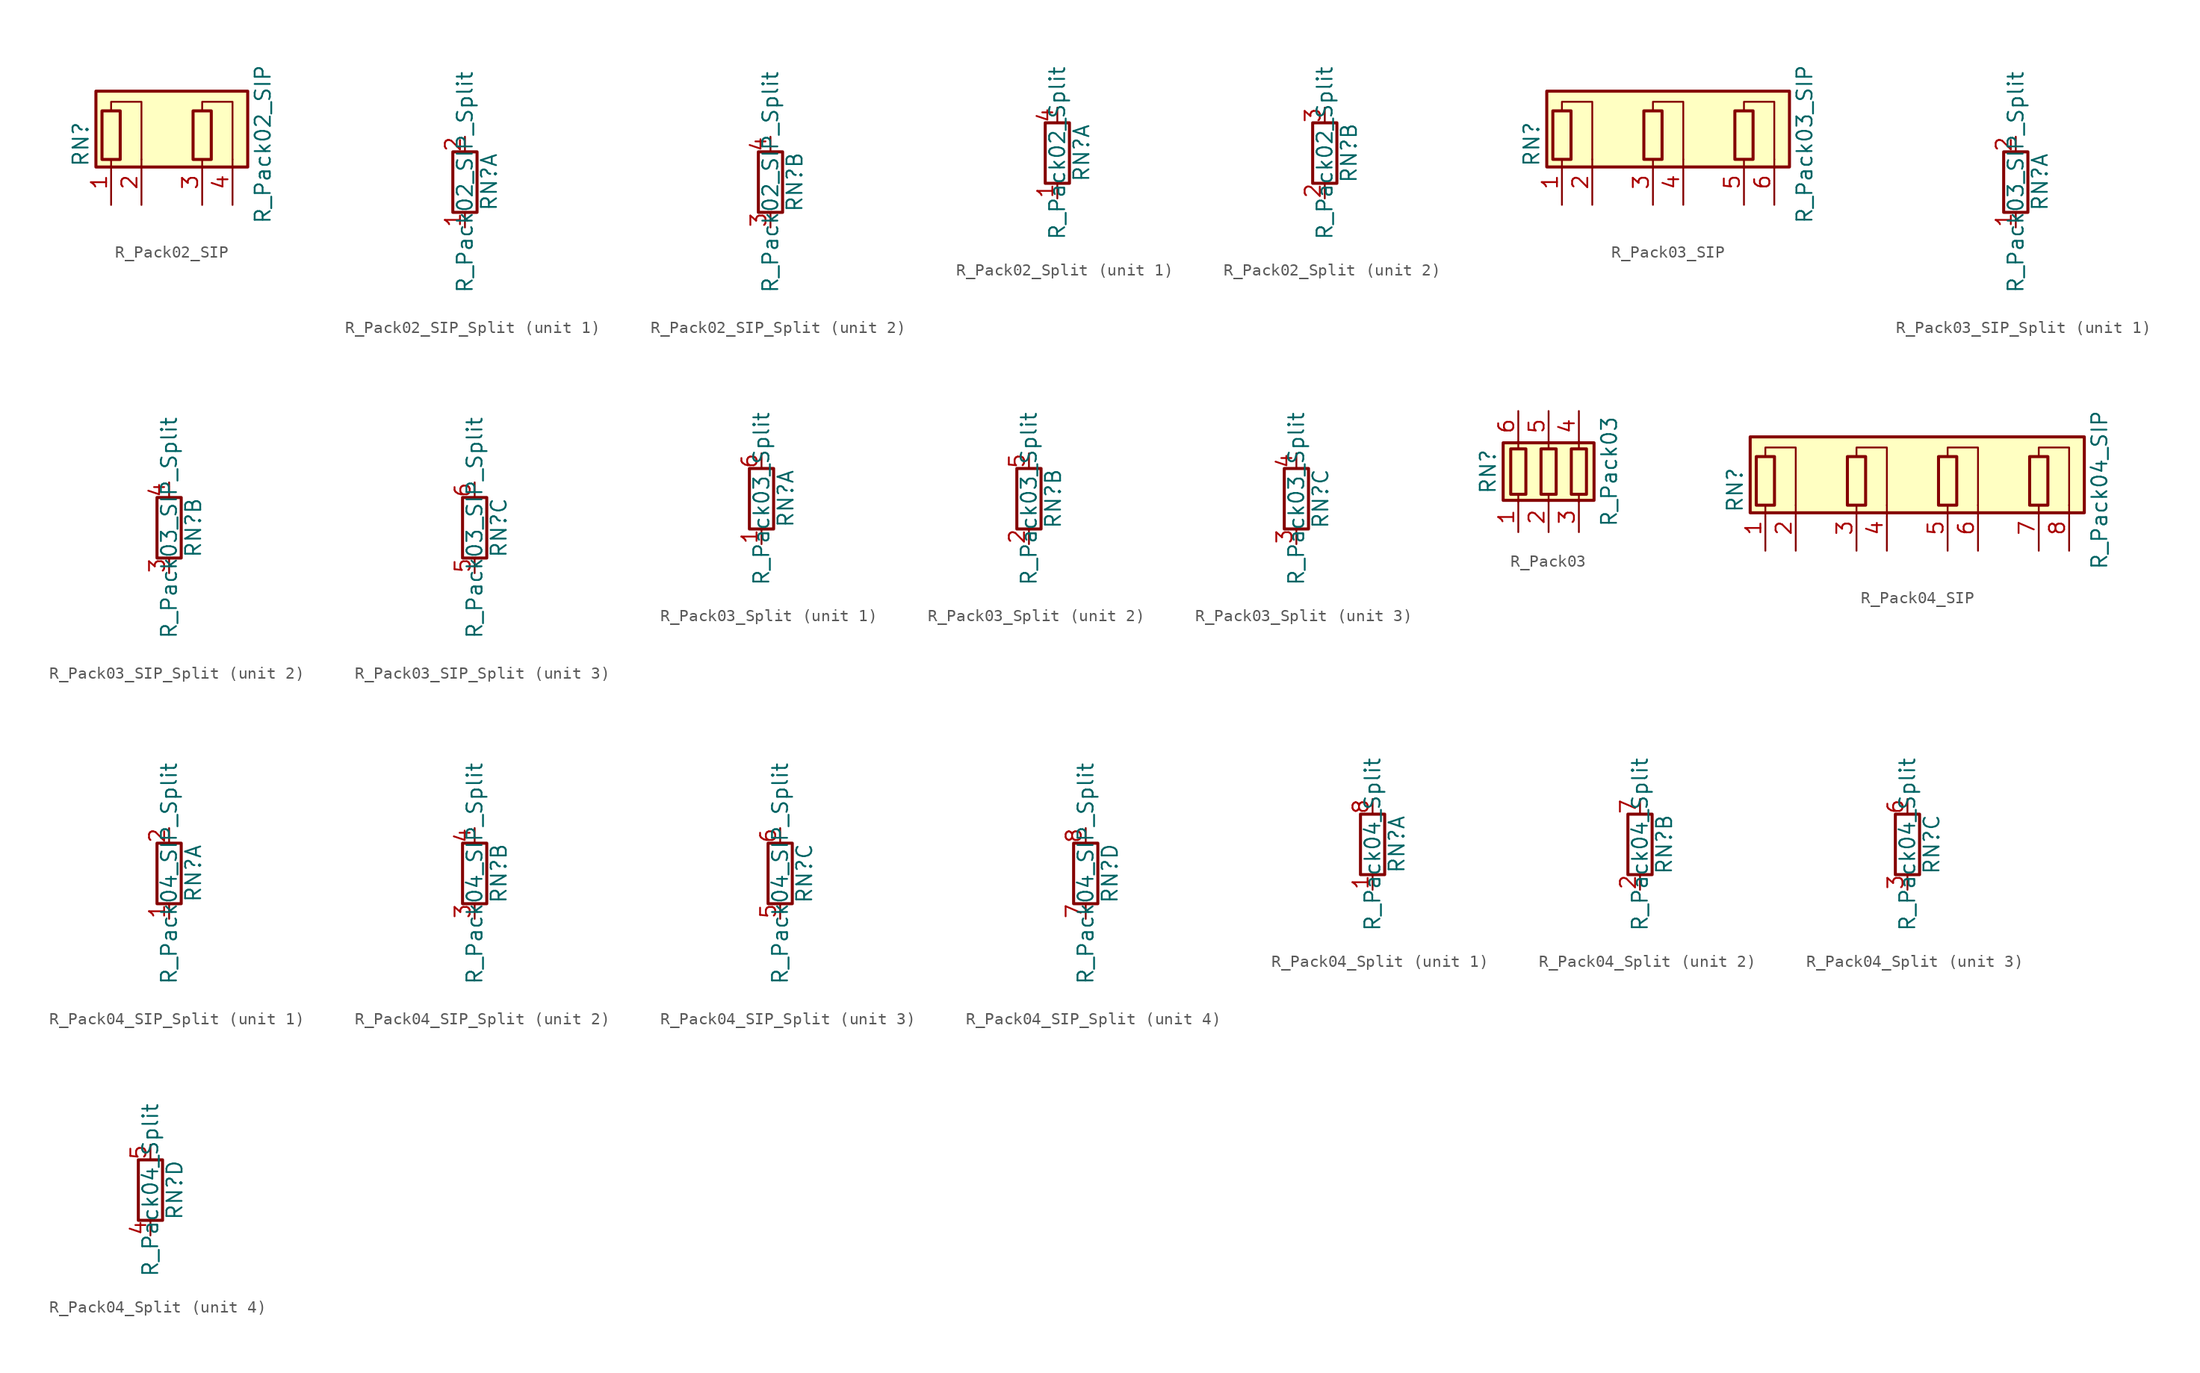
<source format=kicad_sym>
(kicad_symbol_lib
  (version 20241209)
  (generator "kicad_symbol_editor")
  (generator_version "9.0")
  (symbol "R_Pack02_SIP"
    (pin_names
      (offset 0)
      (hide yes))
    (property "Reference" "RN"
      (at -7.62 0 90)
      (effects (font (size 1.27 1.27))))
    (property "Value" "R_Pack02_SIP"
      (at 7.62 0 90)
      (effects (font (size 1.27 1.27))))
    (symbol "R_Pack02_SIP_0_1"
      (rectangle (start -6.35 -1.905) (end 6.35 4.445) (stroke (width 0.254) (type default)) (fill (type background)))
      (rectangle (start -5.842 2.794) (end -4.318 -1.27) (stroke (width 0.254) (type default)) (fill (type none)))
      (polyline (pts (xy -5.08 2.794) (xy -5.08 3.556) (xy -2.54 3.556) (xy -2.54 -1.27)) (stroke (width 0) (type default)) (fill (type none)))
      (rectangle (start 1.778 2.794) (end 3.302 -1.27) (stroke (width 0.254) (type default)) (fill (type none)))
      (polyline (pts (xy 2.54 2.794) (xy 2.54 3.556) (xy 5.08 3.556) (xy 5.08 -1.27)) (stroke (width 0) (type default)) (fill (type none))))
    (symbol "R_Pack02_SIP_1_1"
      (pin passive line (at -5.08 -5.08 90) (length 3.81) (name "R1.1" (effects (font (size 1.27 1.27)))) (number "1" (effects (font (size 1.27 1.27)))))
      (pin passive line (at -2.54 -5.08 90) (length 3.81) (name "R1.2" (effects (font (size 1.27 1.27)))) (number "2" (effects (font (size 1.27 1.27)))))
      (pin passive line (at 2.54 -5.08 90) (length 3.81) (name "R2.1" (effects (font (size 1.27 1.27)))) (number "3" (effects (font (size 1.27 1.27)))))
      (pin passive line (at 5.08 -5.08 90) (length 3.81) (name "R2.2" (effects (font (size 1.27 1.27)))) (number "4" (effects (font (size 1.27 1.27)))))))
  (symbol "R_Pack02_SIP_Split"
    (pin_names
      (offset 0)
      (hide yes))
    (property "Reference" "RN"
      (at 2.032 0 90)
      (effects (font (size 1.27 1.27))))
    (property "Value" "R_Pack02_SIP_Split"
      (at 0 0 90)
      (effects (font (size 1.27 1.27))))
    (symbol "R_Pack02_SIP_Split_0_1"
      (rectangle (start 1.016 2.54) (end -1.016 -2.54) (stroke (width 0.254) (type default)) (fill (type none))))
    (symbol "R_Pack02_SIP_Split_1_1"
      (pin passive line (at 0 3.81 270) (length 1.27) (name "R1.2" (effects (font (size 1.27 1.27)))) (number "2" (effects (font (size 1.27 1.27)))))
      (pin passive line (at 0 -3.81 90) (length 1.27) (name "R1.1" (effects (font (size 1.27 1.27)))) (number "1" (effects (font (size 1.27 1.27))))))
    (symbol "R_Pack02_SIP_Split_2_1"
      (pin passive line (at 0 3.81 270) (length 1.27) (name "R2.2" (effects (font (size 1.27 1.27)))) (number "4" (effects (font (size 1.27 1.27)))))
      (pin passive line (at 0 -3.81 90) (length 1.27) (name "R2.1" (effects (font (size 1.27 1.27)))) (number "3" (effects (font (size 1.27 1.27)))))))
  (symbol "R_Pack02_Split"
    (pin_names
      (offset 0)
      (hide yes))
    (property "Reference" "RN"
      (at 2.032 0 90)
      (effects (font (size 1.27 1.27))))
    (property "Value" "R_Pack02_Split"
      (at 0 0 90)
      (effects (font (size 1.27 1.27))))
    (symbol "R_Pack02_Split_0_1"
      (rectangle (start 1.016 2.54) (end -1.016 -2.54) (stroke (width 0.254) (type default)) (fill (type none))))
    (symbol "R_Pack02_Split_1_1"
      (pin passive line (at 0 3.81 270) (length 1.27) (name "R1.2" (effects (font (size 1.27 1.27)))) (number "4" (effects (font (size 1.27 1.27)))))
      (pin passive line (at 0 -3.81 90) (length 1.27) (name "R1.1" (effects (font (size 1.27 1.27)))) (number "1" (effects (font (size 1.27 1.27))))))
    (symbol "R_Pack02_Split_2_1"
      (pin passive line (at 0 3.81 270) (length 1.27) (name "R2.2" (effects (font (size 1.27 1.27)))) (number "3" (effects (font (size 1.27 1.27)))))
      (pin passive line (at 0 -3.81 90) (length 1.27) (name "R2.1" (effects (font (size 1.27 1.27)))) (number "2" (effects (font (size 1.27 1.27)))))))
  (symbol "R_Pack03_SIP"
    (pin_names
      (offset 0)
      (hide yes))
    (property "Reference" "RN"
      (at -10.16 0 90)
      (effects (font (size 1.27 1.27))))
    (property "Value" "R_Pack03_SIP"
      (at 12.7 0 90)
      (effects (font (size 1.27 1.27))))
    (symbol "R_Pack03_SIP_0_1"
      (rectangle (start -8.89 -1.905) (end 11.43 4.445) (stroke (width 0.254) (type default)) (fill (type background)))
      (rectangle (start -8.382 2.794) (end -6.858 -1.27) (stroke (width 0.254) (type default)) (fill (type none)))
      (polyline (pts (xy -7.62 2.794) (xy -7.62 3.556) (xy -5.08 3.556) (xy -5.08 -1.27)) (stroke (width 0) (type default)) (fill (type none)))
      (rectangle (start -0.762 2.794) (end 0.762 -1.27) (stroke (width 0.254) (type default)) (fill (type none)))
      (polyline (pts (xy 0 2.794) (xy 0 3.556) (xy 2.54 3.556) (xy 2.54 -1.27)) (stroke (width 0) (type default)) (fill (type none)))
      (rectangle (start 6.858 2.794) (end 8.382 -1.27) (stroke (width 0.254) (type default)) (fill (type none)))
      (polyline (pts (xy 7.62 2.794) (xy 7.62 3.556) (xy 10.16 3.556) (xy 10.16 -1.27)) (stroke (width 0) (type default)) (fill (type none))))
    (symbol "R_Pack03_SIP_1_1"
      (pin passive line (at -7.62 -5.08 90) (length 3.81) (name "R1.1" (effects (font (size 1.27 1.27)))) (number "1" (effects (font (size 1.27 1.27)))))
      (pin passive line (at -5.08 -5.08 90) (length 3.81) (name "R1.2" (effects (font (size 1.27 1.27)))) (number "2" (effects (font (size 1.27 1.27)))))
      (pin passive line (at 0 -5.08 90) (length 3.81) (name "R2.1" (effects (font (size 1.27 1.27)))) (number "3" (effects (font (size 1.27 1.27)))))
      (pin passive line (at 2.54 -5.08 90) (length 3.81) (name "R2.2" (effects (font (size 1.27 1.27)))) (number "4" (effects (font (size 1.27 1.27)))))
      (pin passive line (at 7.62 -5.08 90) (length 3.81) (name "R3.1" (effects (font (size 1.27 1.27)))) (number "5" (effects (font (size 1.27 1.27)))))
      (pin passive line (at 10.16 -5.08 90) (length 3.81) (name "R3.2" (effects (font (size 1.27 1.27)))) (number "6" (effects (font (size 1.27 1.27)))))))
  (symbol "R_Pack03_SIP_Split"
    (pin_names
      (offset 0)
      (hide yes))
    (property "Reference" "RN"
      (at 2.032 0 90)
      (effects (font (size 1.27 1.27))))
    (property "Value" "R_Pack03_SIP_Split"
      (at 0 0 90)
      (effects (font (size 1.27 1.27))))
    (symbol "R_Pack03_SIP_Split_0_1"
      (rectangle (start 1.016 2.54) (end -1.016 -2.54) (stroke (width 0.254) (type default)) (fill (type none))))
    (symbol "R_Pack03_SIP_Split_1_1"
      (pin passive line (at 0 3.81 270) (length 1.27) (name "R1.2" (effects (font (size 1.27 1.27)))) (number "2" (effects (font (size 1.27 1.27)))))
      (pin passive line (at 0 -3.81 90) (length 1.27) (name "R1.1" (effects (font (size 1.27 1.27)))) (number "1" (effects (font (size 1.27 1.27))))))
    (symbol "R_Pack03_SIP_Split_2_1"
      (pin passive line (at 0 3.81 270) (length 1.27) (name "R2.2" (effects (font (size 1.27 1.27)))) (number "4" (effects (font (size 1.27 1.27)))))
      (pin passive line (at 0 -3.81 90) (length 1.27) (name "R2.1" (effects (font (size 1.27 1.27)))) (number "3" (effects (font (size 1.27 1.27))))))
    (symbol "R_Pack03_SIP_Split_3_1"
      (pin passive line (at 0 3.81 270) (length 1.27) (name "R3.2" (effects (font (size 1.27 1.27)))) (number "6" (effects (font (size 1.27 1.27)))))
      (pin passive line (at 0 -3.81 90) (length 1.27) (name "R3.1" (effects (font (size 1.27 1.27)))) (number "5" (effects (font (size 1.27 1.27)))))))
  (symbol "R_Pack03_Split"
    (pin_names
      (offset 0)
      (hide yes))
    (property "Reference" "RN"
      (at 2.032 0 90)
      (effects (font (size 1.27 1.27))))
    (property "Value" "R_Pack03_Split"
      (at 0 0 90)
      (effects (font (size 1.27 1.27))))
    (symbol "R_Pack03_Split_0_1"
      (rectangle (start 1.016 2.54) (end -1.016 -2.54) (stroke (width 0.254) (type default)) (fill (type none))))
    (symbol "R_Pack03_Split_1_1"
      (pin passive line (at 0 3.81 270) (length 1.27) (name "R1.2" (effects (font (size 1.27 1.27)))) (number "6" (effects (font (size 1.27 1.27)))))
      (pin passive line (at 0 -3.81 90) (length 1.27) (name "R1.1" (effects (font (size 1.27 1.27)))) (number "1" (effects (font (size 1.27 1.27))))))
    (symbol "R_Pack03_Split_2_1"
      (pin passive line (at 0 3.81 270) (length 1.27) (name "R2.2" (effects (font (size 1.27 1.27)))) (number "5" (effects (font (size 1.27 1.27)))))
      (pin passive line (at 0 -3.81 90) (length 1.27) (name "R2.1" (effects (font (size 1.27 1.27)))) (number "2" (effects (font (size 1.27 1.27))))))
    (symbol "R_Pack03_Split_3_1"
      (pin passive line (at 0 3.81 270) (length 1.27) (name "R3.2" (effects (font (size 1.27 1.27)))) (number "4" (effects (font (size 1.27 1.27)))))
      (pin passive line (at 0 -3.81 90) (length 1.27) (name "R3.1" (effects (font (size 1.27 1.27)))) (number "3" (effects (font (size 1.27 1.27)))))))
  (symbol "R_Pack03"
    (pin_names
      (offset 0)
      (hide yes))
    (property "Reference" "RN"
      (at -5.08 0 90)
      (effects (font (size 1.27 1.27))))
    (property "Value" "R_Pack03"
      (at 5.08 0 90)
      (effects (font (size 1.27 1.27))))
    (symbol "R_Pack03_0_1"
      (rectangle (start -3.81 -2.413) (end 3.81 2.413) (stroke (width 0.254) (type default)) (fill (type background)))
      (rectangle (start -3.175 1.905) (end -1.905 -1.905) (stroke (width 0.254) (type default)) (fill (type none)))
      (polyline (pts (xy -2.54 1.905) (xy -2.54 2.54)) (stroke (width 0) (type default)) (fill (type none)))
      (polyline (pts (xy -2.54 -2.54) (xy -2.54 -1.905)) (stroke (width 0) (type default)) (fill (type none)))
      (rectangle (start -0.635 1.905) (end 0.635 -1.905) (stroke (width 0.254) (type default)) (fill (type none)))
      (polyline (pts (xy 0 1.905) (xy 0 2.54)) (stroke (width 0) (type default)) (fill (type none)))
      (polyline (pts (xy 0 -2.54) (xy 0 -1.905)) (stroke (width 0) (type default)) (fill (type none)))
      (rectangle (start 1.905 1.905) (end 3.175 -1.905) (stroke (width 0.254) (type default)) (fill (type none)))
      (polyline (pts (xy 2.54 1.905) (xy 2.54 2.54)) (stroke (width 0) (type default)) (fill (type none)))
      (polyline (pts (xy 2.54 -2.54) (xy 2.54 -1.905)) (stroke (width 0) (type default)) (fill (type none))))
    (symbol "R_Pack03_1_1"
      (pin passive line (at -2.54 5.08 270) (length 2.54) (name "R1.2" (effects (font (size 1.27 1.27)))) (number "6" (effects (font (size 1.27 1.27)))))
      (pin passive line (at -2.54 -5.08 90) (length 2.54) (name "R1.1" (effects (font (size 1.27 1.27)))) (number "1" (effects (font (size 1.27 1.27)))))
      (pin passive line (at 0 5.08 270) (length 2.54) (name "R2.2" (effects (font (size 1.27 1.27)))) (number "5" (effects (font (size 1.27 1.27)))))
      (pin passive line (at 0 -5.08 90) (length 2.54) (name "R2.1" (effects (font (size 1.27 1.27)))) (number "2" (effects (font (size 1.27 1.27)))))
      (pin passive line (at 2.54 5.08 270) (length 2.54) (name "R3.2" (effects (font (size 1.27 1.27)))) (number "4" (effects (font (size 1.27 1.27)))))
      (pin passive line (at 2.54 -5.08 90) (length 2.54) (name "R3.1" (effects (font (size 1.27 1.27)))) (number "3" (effects (font (size 1.27 1.27)))))))
  (symbol "R_Pack04_SIP"
    (pin_names
      (offset 0)
      (hide yes))
    (property "Reference" "RN"
      (at -15.24 0 90)
      (effects (font (size 1.27 1.27))))
    (property "Value" "R_Pack04_SIP"
      (at 15.24 0 90)
      (effects (font (size 1.27 1.27))))
    (symbol "R_Pack04_SIP_0_1"
      (rectangle (start -13.97 -1.905) (end 13.97 4.445) (stroke (width 0.254) (type default)) (fill (type background)))
      (rectangle (start -13.462 2.794) (end -11.938 -1.27) (stroke (width 0.254) (type default)) (fill (type none)))
      (polyline (pts (xy -12.7 2.794) (xy -12.7 3.556) (xy -10.16 3.556) (xy -10.16 -1.27)) (stroke (width 0) (type default)) (fill (type none)))
      (rectangle (start -5.842 2.794) (end -4.318 -1.27) (stroke (width 0.254) (type default)) (fill (type none)))
      (polyline (pts (xy -5.08 2.794) (xy -5.08 3.556) (xy -2.54 3.556) (xy -2.54 -1.27)) (stroke (width 0) (type default)) (fill (type none)))
      (rectangle (start 1.778 2.794) (end 3.302 -1.27) (stroke (width 0.254) (type default)) (fill (type none)))
      (polyline (pts (xy 2.54 2.794) (xy 2.54 3.556) (xy 5.08 3.556) (xy 5.08 -1.27)) (stroke (width 0) (type default)) (fill (type none)))
      (rectangle (start 9.398 2.794) (end 10.922 -1.27) (stroke (width 0.254) (type default)) (fill (type none)))
      (polyline (pts (xy 10.16 2.794) (xy 10.16 3.556) (xy 12.7 3.556) (xy 12.7 -1.27)) (stroke (width 0) (type default)) (fill (type none))))
    (symbol "R_Pack04_SIP_1_1"
      (pin passive line (at -12.7 -5.08 90) (length 3.81) (name "R1.1" (effects (font (size 1.27 1.27)))) (number "1" (effects (font (size 1.27 1.27)))))
      (pin passive line (at -10.16 -5.08 90) (length 3.81) (name "R1.2" (effects (font (size 1.27 1.27)))) (number "2" (effects (font (size 1.27 1.27)))))
      (pin passive line (at -5.08 -5.08 90) (length 3.81) (name "R2.1" (effects (font (size 1.27 1.27)))) (number "3" (effects (font (size 1.27 1.27)))))
      (pin passive line (at -2.54 -5.08 90) (length 3.81) (name "R2.2" (effects (font (size 1.27 1.27)))) (number "4" (effects (font (size 1.27 1.27)))))
      (pin passive line (at 2.54 -5.08 90) (length 3.81) (name "R3.1" (effects (font (size 1.27 1.27)))) (number "5" (effects (font (size 1.27 1.27)))))
      (pin passive line (at 5.08 -5.08 90) (length 3.81) (name "R3.2" (effects (font (size 1.27 1.27)))) (number "6" (effects (font (size 1.27 1.27)))))
      (pin passive line (at 10.16 -5.08 90) (length 3.81) (name "R4.1" (effects (font (size 1.27 1.27)))) (number "7" (effects (font (size 1.27 1.27)))))
      (pin passive line (at 12.7 -5.08 90) (length 3.81) (name "R4.2" (effects (font (size 1.27 1.27)))) (number "8" (effects (font (size 1.27 1.27)))))))
  (symbol "R_Pack04_SIP_Split"
    (pin_names
      (offset 0)
      (hide yes))
    (property "Reference" "RN"
      (at 2.032 0 90)
      (effects (font (size 1.27 1.27))))
    (property "Value" "R_Pack04_SIP_Split"
      (at 0 0 90)
      (effects (font (size 1.27 1.27))))
    (symbol "R_Pack04_SIP_Split_0_1"
      (rectangle (start 1.016 2.54) (end -1.016 -2.54) (stroke (width 0.254) (type default)) (fill (type none))))
    (symbol "R_Pack04_SIP_Split_1_1"
      (pin passive line (at 0 3.81 270) (length 1.27) (name "R1.2" (effects (font (size 1.27 1.27)))) (number "2" (effects (font (size 1.27 1.27)))))
      (pin passive line (at 0 -3.81 90) (length 1.27) (name "R1.1" (effects (font (size 1.27 1.27)))) (number "1" (effects (font (size 1.27 1.27))))))
    (symbol "R_Pack04_SIP_Split_2_1"
      (pin passive line (at 0 3.81 270) (length 1.27) (name "R2.2" (effects (font (size 1.27 1.27)))) (number "4" (effects (font (size 1.27 1.27)))))
      (pin passive line (at 0 -3.81 90) (length 1.27) (name "R2.1" (effects (font (size 1.27 1.27)))) (number "3" (effects (font (size 1.27 1.27))))))
    (symbol "R_Pack04_SIP_Split_3_1"
      (pin passive line (at 0 3.81 270) (length 1.27) (name "R3.2" (effects (font (size 1.27 1.27)))) (number "6" (effects (font (size 1.27 1.27)))))
      (pin passive line (at 0 -3.81 90) (length 1.27) (name "R3.1" (effects (font (size 1.27 1.27)))) (number "5" (effects (font (size 1.27 1.27))))))
    (symbol "R_Pack04_SIP_Split_4_1"
      (pin passive line (at 0 3.81 270) (length 1.27) (name "R4.2" (effects (font (size 1.27 1.27)))) (number "8" (effects (font (size 1.27 1.27)))))
      (pin passive line (at 0 -3.81 90) (length 1.27) (name "R4.1" (effects (font (size 1.27 1.27)))) (number "7" (effects (font (size 1.27 1.27)))))))
  (symbol "R_Pack04_Split"
    (pin_names
      (offset 0)
      (hide yes))
    (property "Reference" "RN"
      (at 2.032 0 90)
      (effects (font (size 1.27 1.27))))
    (property "Value" "R_Pack04_Split"
      (at 0 0 90)
      (effects (font (size 1.27 1.27))))
    (symbol "R_Pack04_Split_0_1"
      (rectangle (start 1.016 2.54) (end -1.016 -2.54) (stroke (width 0.254) (type default)) (fill (type none))))
    (symbol "R_Pack04_Split_1_1"
      (pin passive line (at 0 3.81 270) (length 1.27) (name "R1.2" (effects (font (size 1.27 1.27)))) (number "8" (effects (font (size 1.27 1.27)))))
      (pin passive line (at 0 -3.81 90) (length 1.27) (name "R1.1" (effects (font (size 1.27 1.27)))) (number "1" (effects (font (size 1.27 1.27))))))
    (symbol "R_Pack04_Split_2_1"
      (pin passive line (at 0 3.81 270) (length 1.27) (name "R2.2" (effects (font (size 1.27 1.27)))) (number "7" (effects (font (size 1.27 1.27)))))
      (pin passive line (at 0 -3.81 90) (length 1.27) (name "R2.1" (effects (font (size 1.27 1.27)))) (number "2" (effects (font (size 1.27 1.27))))))
    (symbol "R_Pack04_Split_3_1"
      (pin passive line (at 0 3.81 270) (length 1.27) (name "R3.2" (effects (font (size 1.27 1.27)))) (number "6" (effects (font (size 1.27 1.27)))))
      (pin passive line (at 0 -3.81 90) (length 1.27) (name "R3.1" (effects (font (size 1.27 1.27)))) (number "3" (effects (font (size 1.27 1.27))))))
    (symbol "R_Pack04_Split_4_1"
      (pin passive line (at 0 3.81 270) (length 1.27) (name "R4.2" (effects (font (size 1.27 1.27)))) (number "5" (effects (font (size 1.27 1.27)))))
      (pin passive line (at 0 -3.81 90) (length 1.27) (name "R4.1" (effects (font (size 1.27 1.27)))) (number "4" (effects (font (size 1.27 1.27))))))))
</source>
